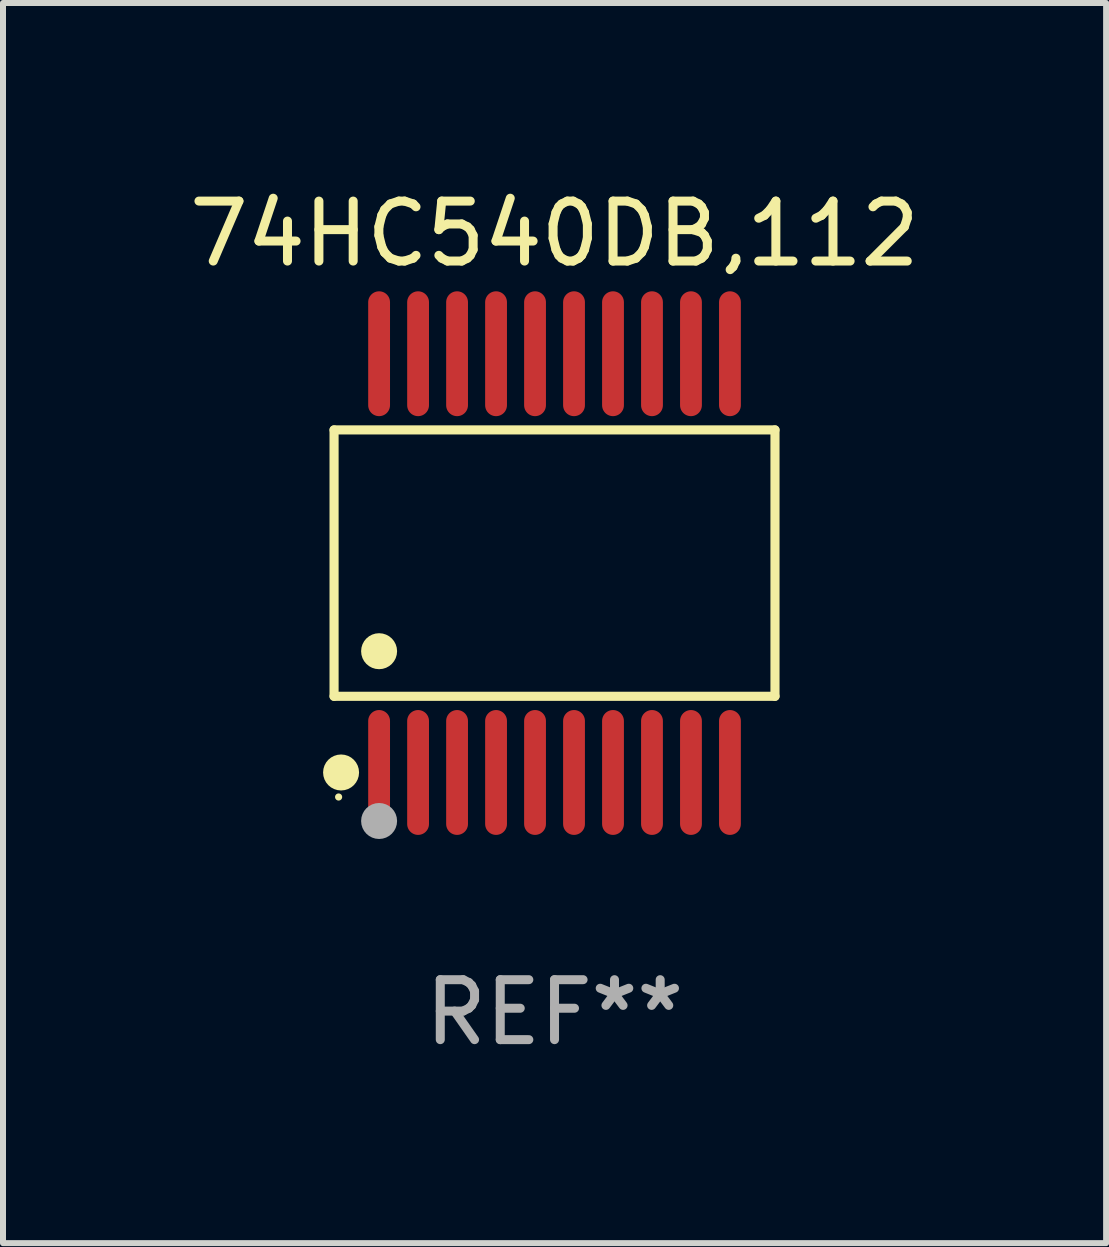
<source format=kicad_pcb>
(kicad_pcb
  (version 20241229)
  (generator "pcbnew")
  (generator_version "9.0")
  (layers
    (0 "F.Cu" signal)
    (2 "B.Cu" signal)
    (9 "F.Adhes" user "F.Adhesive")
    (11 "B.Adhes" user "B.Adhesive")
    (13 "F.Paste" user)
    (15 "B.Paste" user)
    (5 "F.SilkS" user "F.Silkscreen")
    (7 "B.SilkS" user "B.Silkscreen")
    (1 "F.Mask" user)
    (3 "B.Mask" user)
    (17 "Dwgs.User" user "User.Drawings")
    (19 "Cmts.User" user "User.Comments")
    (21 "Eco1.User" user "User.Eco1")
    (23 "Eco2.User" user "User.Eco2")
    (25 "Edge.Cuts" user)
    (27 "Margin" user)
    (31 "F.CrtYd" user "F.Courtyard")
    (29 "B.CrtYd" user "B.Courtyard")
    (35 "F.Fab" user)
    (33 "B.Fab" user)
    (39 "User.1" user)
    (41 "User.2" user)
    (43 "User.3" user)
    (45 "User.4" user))
  (footprint "74HC540DB,112"
    (layer "F.Cu")
    (at 6.196 6.339)
    (property "Reference" "74HC540DB,112" (at 0 -5.491 0) (layer "F.SilkS") (effects (font (size 1 1) (thickness 0.15))))
    (attr through_hole)
    (fp_line (start -3.676 -2.221) (end 3.676 -2.221) (stroke (width 0.152) (type solid)) (layer "F.SilkS"))
    (fp_line (start -3.676 2.221) (end -3.676 -2.221) (stroke (width 0.152) (type solid)) (layer "F.SilkS"))
    (fp_line (start 3.676 -2.221) (end 3.676 2.221) (stroke (width 0.152) (type solid)) (layer "F.SilkS"))
    (fp_line (start 3.676 2.221) (end -3.676 2.221) (stroke (width 0.152) (type solid)) (layer "F.SilkS"))
    (fp_circle (center -3.6 3.9) (end -3.57 3.9) (stroke (width 0.06) (type solid)) (fill no) (layer "F.SilkS"))
    (fp_circle (center -3.559 3.491) (end -3.409 3.491) (stroke (width 0.3) (type solid)) (fill no) (layer "F.SilkS"))
    (fp_circle (center -2.925 1.469) (end -2.775 1.469) (stroke (width 0.3) (type solid)) (fill no) (layer "F.SilkS"))
    (fp_circle (center -2.925 4.3) (end -2.775 4.3) (stroke (width 0.3) (type solid)) (fill no) (layer "F.Fab"))
    (fp_text user "REF**" (at 0 7.491 0) (layer "F.Fab") (effects (font (size 1 1) (thickness 0.15))))
    (pad "1" smd oval (at -2.925 3.491) (size 0.364 2.082) (layers "F.Cu" "F.Mask" "F.Paste"))
    (pad "2" smd oval (at -2.275 3.491) (size 0.364 2.082) (layers "F.Cu" "F.Mask" "F.Paste"))
    (pad "3" smd oval (at -1.625 3.491) (size 0.364 2.082) (layers "F.Cu" "F.Mask" "F.Paste"))
    (pad "4" smd oval (at -0.975 3.491) (size 0.364 2.082) (layers "F.Cu" "F.Mask" "F.Paste"))
    (pad "5" smd oval (at -0.325 3.491) (size 0.364 2.082) (layers "F.Cu" "F.Mask" "F.Paste"))
    (pad "6" smd oval (at 0.325 3.491) (size 0.364 2.082) (layers "F.Cu" "F.Mask" "F.Paste"))
    (pad "7" smd oval (at 0.975 3.491) (size 0.364 2.082) (layers "F.Cu" "F.Mask" "F.Paste"))
    (pad "8" smd oval (at 1.625 3.491) (size 0.364 2.082) (layers "F.Cu" "F.Mask" "F.Paste"))
    (pad "9" smd oval (at 2.275 3.491) (size 0.364 2.082) (layers "F.Cu" "F.Mask" "F.Paste"))
    (pad "10" smd oval (at 2.925 3.491) (size 0.364 2.082) (layers "F.Cu" "F.Mask" "F.Paste"))
    (pad "11" smd oval (at 2.925 -3.491) (size 0.364 2.082) (layers "F.Cu" "F.Mask" "F.Paste"))
    (pad "12" smd oval (at 2.275 -3.491) (size 0.364 2.082) (layers "F.Cu" "F.Mask" "F.Paste"))
    (pad "13" smd oval (at 1.625 -3.491) (size 0.364 2.082) (layers "F.Cu" "F.Mask" "F.Paste"))
    (pad "14" smd oval (at 0.975 -3.491) (size 0.364 2.082) (layers "F.Cu" "F.Mask" "F.Paste"))
    (pad "15" smd oval (at 0.325 -3.491) (size 0.364 2.082) (layers "F.Cu" "F.Mask" "F.Paste"))
    (pad "16" smd oval (at -0.325 -3.491) (size 0.364 2.082) (layers "F.Cu" "F.Mask" "F.Paste"))
    (pad "17" smd oval (at -0.975 -3.491) (size 0.364 2.082) (layers "F.Cu" "F.Mask" "F.Paste"))
    (pad "18" smd oval (at -1.625 -3.491) (size 0.364 2.082) (layers "F.Cu" "F.Mask" "F.Paste"))
    (pad "19" smd oval (at -2.275 -3.491) (size 0.364 2.082) (layers "F.Cu" "F.Mask" "F.Paste"))
    (pad "20" smd oval (at -2.925 -3.491) (size 0.364 2.082) (layers "F.Cu" "F.Mask" "F.Paste")))
  (gr_rect
    (start -3 -3)
    (end 15.393 17.678)
    (stroke (width 0.1) (type default))
    (fill no)
    (layer "Edge.Cuts")))
</source>
